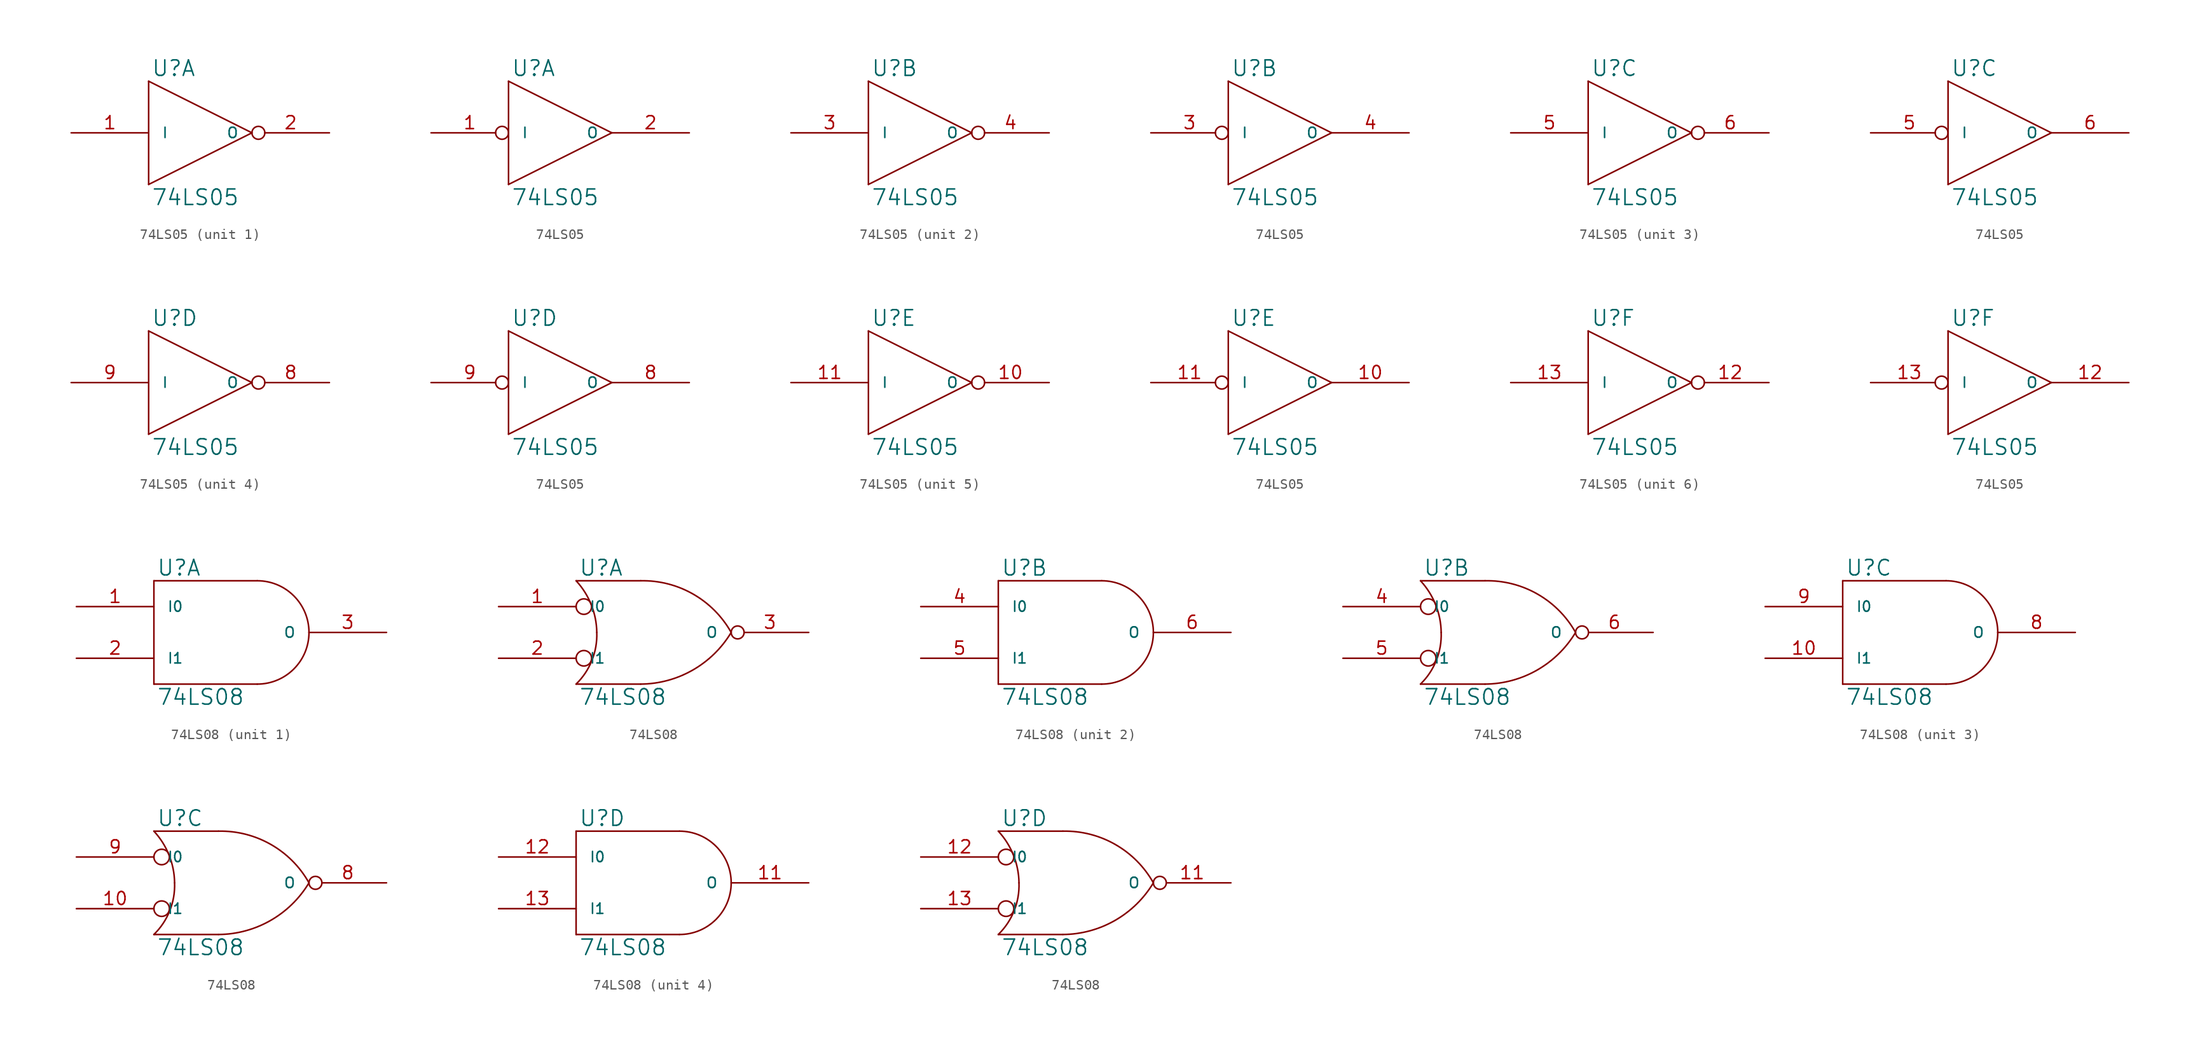
<source format=kicad_sym>
(kicad_symbol_lib
  (version 20231120)
  (generator "kicad_symbol_editor")
  (generator_version "8.0")
  (symbol "74LS05"
    (pin_names
      (offset 1.27))
    (property "Reference" "U"
      (at 0.254 0.381 0)
      (effects (font (size 1.524 1.524)) (justify left bottom)))
    (property "Value" "74LS05"
      (at 0.254 -10.541 0)
      (effects (font (size 1.524 1.524)) (justify left top)))
    (symbol "74LS05_0_1"
      (polyline (pts (xy 0 -10.16) (xy 0 0)) (stroke (width 0) (type solid)) (fill (type none)))
      (polyline (pts (xy 0 0) (xy 10.16 -5.08)) (stroke (width 0) (type solid)) (fill (type none)))
      (polyline (pts (xy 10.16 -5.08) (xy 0 -10.16)) (stroke (width 0) (type solid)) (fill (type none))))
    (symbol "74LS05_0_2"
      (polyline (pts (xy 0 -10.16) (xy 0 0)) (stroke (width 0) (type solid)) (fill (type none)))
      (polyline (pts (xy 0 0) (xy 10.16 -5.08)) (stroke (width 0) (type solid)) (fill (type none)))
      (polyline (pts (xy 10.16 -5.08) (xy 0 -10.16)) (stroke (width 0) (type solid)) (fill (type none))))
    (symbol "74LS05_1_1"
      (pin input line (at -7.62 -5.08 0) (length 7.62) (name "I" (effects (font (size 1.016 1.016)))) (number "1" (effects (font (size 1.27 1.27)))))
      (pin power_in line (at 0 0 270) (length 0) hide (name "VCC" (effects (font (size 1.016 1.016)))) (number "14" (effects (font (size 1.27 1.27)))))
      (pin open_collector inverted (at 17.78 -5.08 180) (length 7.62) (name "O" (effects (font (size 1.016 1.016)))) (number "2" (effects (font (size 1.27 1.27)))))
      (pin power_in line (at 0 -10.16 90) (length 0) hide (name "GND" (effects (font (size 1.016 1.016)))) (number "7" (effects (font (size 1.27 1.27))))))
    (symbol "74LS05_1_2"
      (pin input inverted (at -7.62 -5.08 0) (length 7.62) (name "I" (effects (font (size 1.016 1.016)))) (number "1" (effects (font (size 1.27 1.27)))))
      (pin power_in line (at 0 0 270) (length 0) hide (name "VCC" (effects (font (size 1.016 1.016)))) (number "14" (effects (font (size 1.27 1.27)))))
      (pin open_collector line (at 17.78 -5.08 180) (length 7.62) (name "O" (effects (font (size 1.016 1.016)))) (number "2" (effects (font (size 1.27 1.27)))))
      (pin power_in line (at 0 -10.16 90) (length 0) hide (name "GND" (effects (font (size 1.016 1.016)))) (number "7" (effects (font (size 1.27 1.27))))))
    (symbol "74LS05_2_1"
      (pin power_in line (at 0 0 270) (length 0) hide (name "VCC" (effects (font (size 1.016 1.016)))) (number "14" (effects (font (size 1.27 1.27)))))
      (pin input line (at -7.62 -5.08 0) (length 7.62) (name "I" (effects (font (size 1.016 1.016)))) (number "3" (effects (font (size 1.27 1.27)))))
      (pin open_collector inverted (at 17.78 -5.08 180) (length 7.62) (name "O" (effects (font (size 1.016 1.016)))) (number "4" (effects (font (size 1.27 1.27)))))
      (pin power_in line (at 0 -10.16 90) (length 0) hide (name "GND" (effects (font (size 1.016 1.016)))) (number "7" (effects (font (size 1.27 1.27))))))
    (symbol "74LS05_2_2"
      (pin power_in line (at 0 0 270) (length 0) hide (name "VCC" (effects (font (size 1.016 1.016)))) (number "14" (effects (font (size 1.27 1.27)))))
      (pin input inverted (at -7.62 -5.08 0) (length 7.62) (name "I" (effects (font (size 1.016 1.016)))) (number "3" (effects (font (size 1.27 1.27)))))
      (pin open_collector line (at 17.78 -5.08 180) (length 7.62) (name "O" (effects (font (size 1.016 1.016)))) (number "4" (effects (font (size 1.27 1.27)))))
      (pin power_in line (at 0 -10.16 90) (length 0) hide (name "GND" (effects (font (size 1.016 1.016)))) (number "7" (effects (font (size 1.27 1.27))))))
    (symbol "74LS05_3_1"
      (pin power_in line (at 0 0 270) (length 0) hide (name "VCC" (effects (font (size 1.016 1.016)))) (number "14" (effects (font (size 1.27 1.27)))))
      (pin input line (at -7.62 -5.08 0) (length 7.62) (name "I" (effects (font (size 1.016 1.016)))) (number "5" (effects (font (size 1.27 1.27)))))
      (pin open_collector inverted (at 17.78 -5.08 180) (length 7.62) (name "O" (effects (font (size 1.016 1.016)))) (number "6" (effects (font (size 1.27 1.27)))))
      (pin power_in line (at 0 -10.16 90) (length 0) hide (name "GND" (effects (font (size 1.016 1.016)))) (number "7" (effects (font (size 1.27 1.27))))))
    (symbol "74LS05_3_2"
      (pin power_in line (at 0 0 270) (length 0) hide (name "VCC" (effects (font (size 1.016 1.016)))) (number "14" (effects (font (size 1.27 1.27)))))
      (pin input inverted (at -7.62 -5.08 0) (length 7.62) (name "I" (effects (font (size 1.016 1.016)))) (number "5" (effects (font (size 1.27 1.27)))))
      (pin open_collector line (at 17.78 -5.08 180) (length 7.62) (name "O" (effects (font (size 1.016 1.016)))) (number "6" (effects (font (size 1.27 1.27)))))
      (pin power_in line (at 0 -10.16 90) (length 0) hide (name "GND" (effects (font (size 1.016 1.016)))) (number "7" (effects (font (size 1.27 1.27))))))
    (symbol "74LS05_4_1"
      (pin power_in line (at 0 0 270) (length 0) hide (name "VCC" (effects (font (size 1.016 1.016)))) (number "14" (effects (font (size 1.27 1.27)))))
      (pin power_in line (at 0 -10.16 90) (length 0) hide (name "GND" (effects (font (size 1.016 1.016)))) (number "7" (effects (font (size 1.27 1.27)))))
      (pin open_collector inverted (at 17.78 -5.08 180) (length 7.62) (name "O" (effects (font (size 1.016 1.016)))) (number "8" (effects (font (size 1.27 1.27)))))
      (pin input line (at -7.62 -5.08 0) (length 7.62) (name "I" (effects (font (size 1.016 1.016)))) (number "9" (effects (font (size 1.27 1.27))))))
    (symbol "74LS05_4_2"
      (pin power_in line (at 0 0 270) (length 0) hide (name "VCC" (effects (font (size 1.016 1.016)))) (number "14" (effects (font (size 1.27 1.27)))))
      (pin power_in line (at 0 -10.16 90) (length 0) hide (name "GND" (effects (font (size 1.016 1.016)))) (number "7" (effects (font (size 1.27 1.27)))))
      (pin open_collector line (at 17.78 -5.08 180) (length 7.62) (name "O" (effects (font (size 1.016 1.016)))) (number "8" (effects (font (size 1.27 1.27)))))
      (pin input inverted (at -7.62 -5.08 0) (length 7.62) (name "I" (effects (font (size 1.016 1.016)))) (number "9" (effects (font (size 1.27 1.27))))))
    (symbol "74LS05_5_1"
      (pin open_collector inverted (at 17.78 -5.08 180) (length 7.62) (name "O" (effects (font (size 1.016 1.016)))) (number "10" (effects (font (size 1.27 1.27)))))
      (pin input line (at -7.62 -5.08 0) (length 7.62) (name "I" (effects (font (size 1.016 1.016)))) (number "11" (effects (font (size 1.27 1.27)))))
      (pin power_in line (at 0 0 270) (length 0) hide (name "VCC" (effects (font (size 1.016 1.016)))) (number "14" (effects (font (size 1.27 1.27)))))
      (pin power_in line (at 0 -10.16 90) (length 0) hide (name "GND" (effects (font (size 1.016 1.016)))) (number "7" (effects (font (size 1.27 1.27))))))
    (symbol "74LS05_5_2"
      (pin open_collector line (at 17.78 -5.08 180) (length 7.62) (name "O" (effects (font (size 1.016 1.016)))) (number "10" (effects (font (size 1.27 1.27)))))
      (pin input inverted (at -7.62 -5.08 0) (length 7.62) (name "I" (effects (font (size 1.016 1.016)))) (number "11" (effects (font (size 1.27 1.27)))))
      (pin power_in line (at 0 0 270) (length 0) hide (name "VCC" (effects (font (size 1.016 1.016)))) (number "14" (effects (font (size 1.27 1.27)))))
      (pin power_in line (at 0 -10.16 90) (length 0) hide (name "GND" (effects (font (size 1.016 1.016)))) (number "7" (effects (font (size 1.27 1.27))))))
    (symbol "74LS05_6_1"
      (pin open_collector inverted (at 17.78 -5.08 180) (length 7.62) (name "O" (effects (font (size 1.016 1.016)))) (number "12" (effects (font (size 1.27 1.27)))))
      (pin input line (at -7.62 -5.08 0) (length 7.62) (name "I" (effects (font (size 1.016 1.016)))) (number "13" (effects (font (size 1.27 1.27)))))
      (pin power_in line (at 0 0 270) (length 0) hide (name "VCC" (effects (font (size 1.016 1.016)))) (number "14" (effects (font (size 1.27 1.27)))))
      (pin power_in line (at 0 -10.16 90) (length 0) hide (name "GND" (effects (font (size 1.016 1.016)))) (number "7" (effects (font (size 1.27 1.27))))))
    (symbol "74LS05_6_2"
      (pin open_collector line (at 17.78 -5.08 180) (length 7.62) (name "O" (effects (font (size 1.016 1.016)))) (number "12" (effects (font (size 1.27 1.27)))))
      (pin input inverted (at -7.62 -5.08 0) (length 7.62) (name "I" (effects (font (size 1.016 1.016)))) (number "13" (effects (font (size 1.27 1.27)))))
      (pin power_in line (at 0 0 270) (length 0) hide (name "VCC" (effects (font (size 1.016 1.016)))) (number "14" (effects (font (size 1.27 1.27)))))
      (pin power_in line (at 0 -10.16 90) (length 0) hide (name "GND" (effects (font (size 1.016 1.016)))) (number "7" (effects (font (size 1.27 1.27)))))))
  (symbol "74LS08"
    (pin_names
      (offset 1.27))
    (property "Reference" "U"
      (at 0.254 0.381 0)
      (effects (font (size 1.524 1.524)) (justify left bottom)))
    (property "Value" "74LS08"
      (at 0.254 -10.541 0)
      (effects (font (size 1.524 1.524)) (justify left top)))
    (symbol "74LS08_0_1"
      (polyline (pts (xy 0 -10.16) (xy 10.16 -10.16)) (stroke (width 0) (type solid)) (fill (type none)))
      (polyline (pts (xy 0 0) (xy 0 -10.16)) (stroke (width 0) (type solid)) (fill (type none)))
      (polyline (pts (xy 10.16 0) (xy 0 0)) (stroke (width 0) (type solid)) (fill (type none)))
      (arc (start 10.16 -10.16) (mid 13.7521 -8.6721) (end 15.24 -5.08) (stroke (width 0) (type solid)) (fill (type none)))
      (arc (start 15.24 -5.08) (mid 13.7521 -1.4879) (end 10.16 0) (stroke (width 0) (type solid)) (fill (type none))))
    (symbol "74LS08_0_2"
      (arc (start 0 -10.16) (mid 1.5573 -7.8293) (end 2.032 -5.08) (stroke (width 0) (type solid)) (fill (type none)))
      (polyline (pts (xy 6.35 -10.16) (xy 0 -10.16)) (stroke (width 0) (type solid)) (fill (type none)))
      (polyline (pts (xy 6.35 0) (xy 0 0)) (stroke (width 0) (type solid)) (fill (type none)))
      (circle (center 0.762 -7.62) (radius 0.762) (stroke (width 0) (type solid)) (fill (type none)))
      (circle (center 0.762 -2.54) (radius 0.762) (stroke (width 0) (type solid)) (fill (type none)))
      (arc (start 2.032 -5.08) (mid 1.4906 -2.3584) (end 0 0) (stroke (width 0) (type solid)) (fill (type none)))
      (arc (start 6.35 -10.16) (mid 11.4496 -8.7875) (end 15.24 -5.08) (stroke (width 0) (type solid)) (fill (type none)))
      (arc (start 15.24 -5.08) (mid 11.4893 -1.3041) (end 6.35 0) (stroke (width 0) (type solid)) (fill (type none))))
    (symbol "74LS08_1_1"
      (pin input line (at -7.62 -2.54 0) (length 7.62) (name "I0" (effects (font (size 1.016 1.016)))) (number "1" (effects (font (size 1.27 1.27)))))
      (pin power_in line (at 0 0 270) (length 0) hide (name "VCC" (effects (font (size 1.016 1.016)))) (number "14" (effects (font (size 1.27 1.27)))))
      (pin input line (at -7.62 -7.62 0) (length 7.62) (name "I1" (effects (font (size 1.016 1.016)))) (number "2" (effects (font (size 1.27 1.27)))))
      (pin output line (at 22.86 -5.08 180) (length 7.62) (name "O" (effects (font (size 1.016 1.016)))) (number "3" (effects (font (size 1.27 1.27)))))
      (pin power_in line (at 0 -10.16 90) (length 0) hide (name "GND" (effects (font (size 1.016 1.016)))) (number "7" (effects (font (size 1.27 1.27))))))
    (symbol "74LS08_1_2"
      (pin input line (at -7.62 -2.54 0) (length 7.62) (name "I0" (effects (font (size 1.016 1.016)))) (number "1" (effects (font (size 1.27 1.27)))))
      (pin power_in line (at 0 0 270) (length 0) hide (name "VCC" (effects (font (size 1.016 1.016)))) (number "14" (effects (font (size 1.27 1.27)))))
      (pin input line (at -7.62 -7.62 0) (length 7.62) (name "I1" (effects (font (size 1.016 1.016)))) (number "2" (effects (font (size 1.27 1.27)))))
      (pin output inverted (at 22.86 -5.08 180) (length 7.62) (name "O" (effects (font (size 1.016 1.016)))) (number "3" (effects (font (size 1.27 1.27)))))
      (pin power_in line (at 0 -10.16 90) (length 0) hide (name "GND" (effects (font (size 1.016 1.016)))) (number "7" (effects (font (size 1.27 1.27))))))
    (symbol "74LS08_2_1"
      (pin power_in line (at 0 0 270) (length 0) hide (name "VCC" (effects (font (size 1.016 1.016)))) (number "14" (effects (font (size 1.27 1.27)))))
      (pin input line (at -7.62 -2.54 0) (length 7.62) (name "I0" (effects (font (size 1.016 1.016)))) (number "4" (effects (font (size 1.27 1.27)))))
      (pin input line (at -7.62 -7.62 0) (length 7.62) (name "I1" (effects (font (size 1.016 1.016)))) (number "5" (effects (font (size 1.27 1.27)))))
      (pin output line (at 22.86 -5.08 180) (length 7.62) (name "O" (effects (font (size 1.016 1.016)))) (number "6" (effects (font (size 1.27 1.27)))))
      (pin power_in line (at 0 -10.16 90) (length 0) hide (name "GND" (effects (font (size 1.016 1.016)))) (number "7" (effects (font (size 1.27 1.27))))))
    (symbol "74LS08_2_2"
      (pin power_in line (at 0 0 270) (length 0) hide (name "VCC" (effects (font (size 1.016 1.016)))) (number "14" (effects (font (size 1.27 1.27)))))
      (pin input line (at -7.62 -2.54 0) (length 7.62) (name "I0" (effects (font (size 1.016 1.016)))) (number "4" (effects (font (size 1.27 1.27)))))
      (pin input line (at -7.62 -7.62 0) (length 7.62) (name "I1" (effects (font (size 1.016 1.016)))) (number "5" (effects (font (size 1.27 1.27)))))
      (pin output inverted (at 22.86 -5.08 180) (length 7.62) (name "O" (effects (font (size 1.016 1.016)))) (number "6" (effects (font (size 1.27 1.27)))))
      (pin power_in line (at 0 -10.16 90) (length 0) hide (name "GND" (effects (font (size 1.016 1.016)))) (number "7" (effects (font (size 1.27 1.27))))))
    (symbol "74LS08_3_1"
      (pin input line (at -7.62 -7.62 0) (length 7.62) (name "I1" (effects (font (size 1.016 1.016)))) (number "10" (effects (font (size 1.27 1.27)))))
      (pin power_in line (at 0 0 270) (length 0) hide (name "VCC" (effects (font (size 1.016 1.016)))) (number "14" (effects (font (size 1.27 1.27)))))
      (pin power_in line (at 0 -10.16 90) (length 0) hide (name "GND" (effects (font (size 1.016 1.016)))) (number "7" (effects (font (size 1.27 1.27)))))
      (pin output line (at 22.86 -5.08 180) (length 7.62) (name "O" (effects (font (size 1.016 1.016)))) (number "8" (effects (font (size 1.27 1.27)))))
      (pin input line (at -7.62 -2.54 0) (length 7.62) (name "I0" (effects (font (size 1.016 1.016)))) (number "9" (effects (font (size 1.27 1.27))))))
    (symbol "74LS08_3_2"
      (pin input line (at -7.62 -7.62 0) (length 7.62) (name "I1" (effects (font (size 1.016 1.016)))) (number "10" (effects (font (size 1.27 1.27)))))
      (pin power_in line (at 0 0 270) (length 0) hide (name "VCC" (effects (font (size 1.016 1.016)))) (number "14" (effects (font (size 1.27 1.27)))))
      (pin power_in line (at 0 -10.16 90) (length 0) hide (name "GND" (effects (font (size 1.016 1.016)))) (number "7" (effects (font (size 1.27 1.27)))))
      (pin output inverted (at 22.86 -5.08 180) (length 7.62) (name "O" (effects (font (size 1.016 1.016)))) (number "8" (effects (font (size 1.27 1.27)))))
      (pin input line (at -7.62 -2.54 0) (length 7.62) (name "I0" (effects (font (size 1.016 1.016)))) (number "9" (effects (font (size 1.27 1.27))))))
    (symbol "74LS08_4_1"
      (pin output line (at 22.86 -5.08 180) (length 7.62) (name "O" (effects (font (size 1.016 1.016)))) (number "11" (effects (font (size 1.27 1.27)))))
      (pin input line (at -7.62 -2.54 0) (length 7.62) (name "I0" (effects (font (size 1.016 1.016)))) (number "12" (effects (font (size 1.27 1.27)))))
      (pin input line (at -7.62 -7.62 0) (length 7.62) (name "I1" (effects (font (size 1.016 1.016)))) (number "13" (effects (font (size 1.27 1.27)))))
      (pin power_in line (at 0 0 270) (length 0) hide (name "VCC" (effects (font (size 1.016 1.016)))) (number "14" (effects (font (size 1.27 1.27)))))
      (pin power_in line (at 0 -10.16 90) (length 0) hide (name "GND" (effects (font (size 1.016 1.016)))) (number "7" (effects (font (size 1.27 1.27))))))
    (symbol "74LS08_4_2"
      (pin output inverted (at 22.86 -5.08 180) (length 7.62) (name "O" (effects (font (size 1.016 1.016)))) (number "11" (effects (font (size 1.27 1.27)))))
      (pin input line (at -7.62 -2.54 0) (length 7.62) (name "I0" (effects (font (size 1.016 1.016)))) (number "12" (effects (font (size 1.27 1.27)))))
      (pin input line (at -7.62 -7.62 0) (length 7.62) (name "I1" (effects (font (size 1.016 1.016)))) (number "13" (effects (font (size 1.27 1.27)))))
      (pin power_in line (at 0 0 270) (length 0) hide (name "VCC" (effects (font (size 1.016 1.016)))) (number "14" (effects (font (size 1.27 1.27)))))
      (pin power_in line (at 0 -10.16 90) (length 0) hide (name "GND" (effects (font (size 1.016 1.016)))) (number "7" (effects (font (size 1.27 1.27))))))))
</source>
